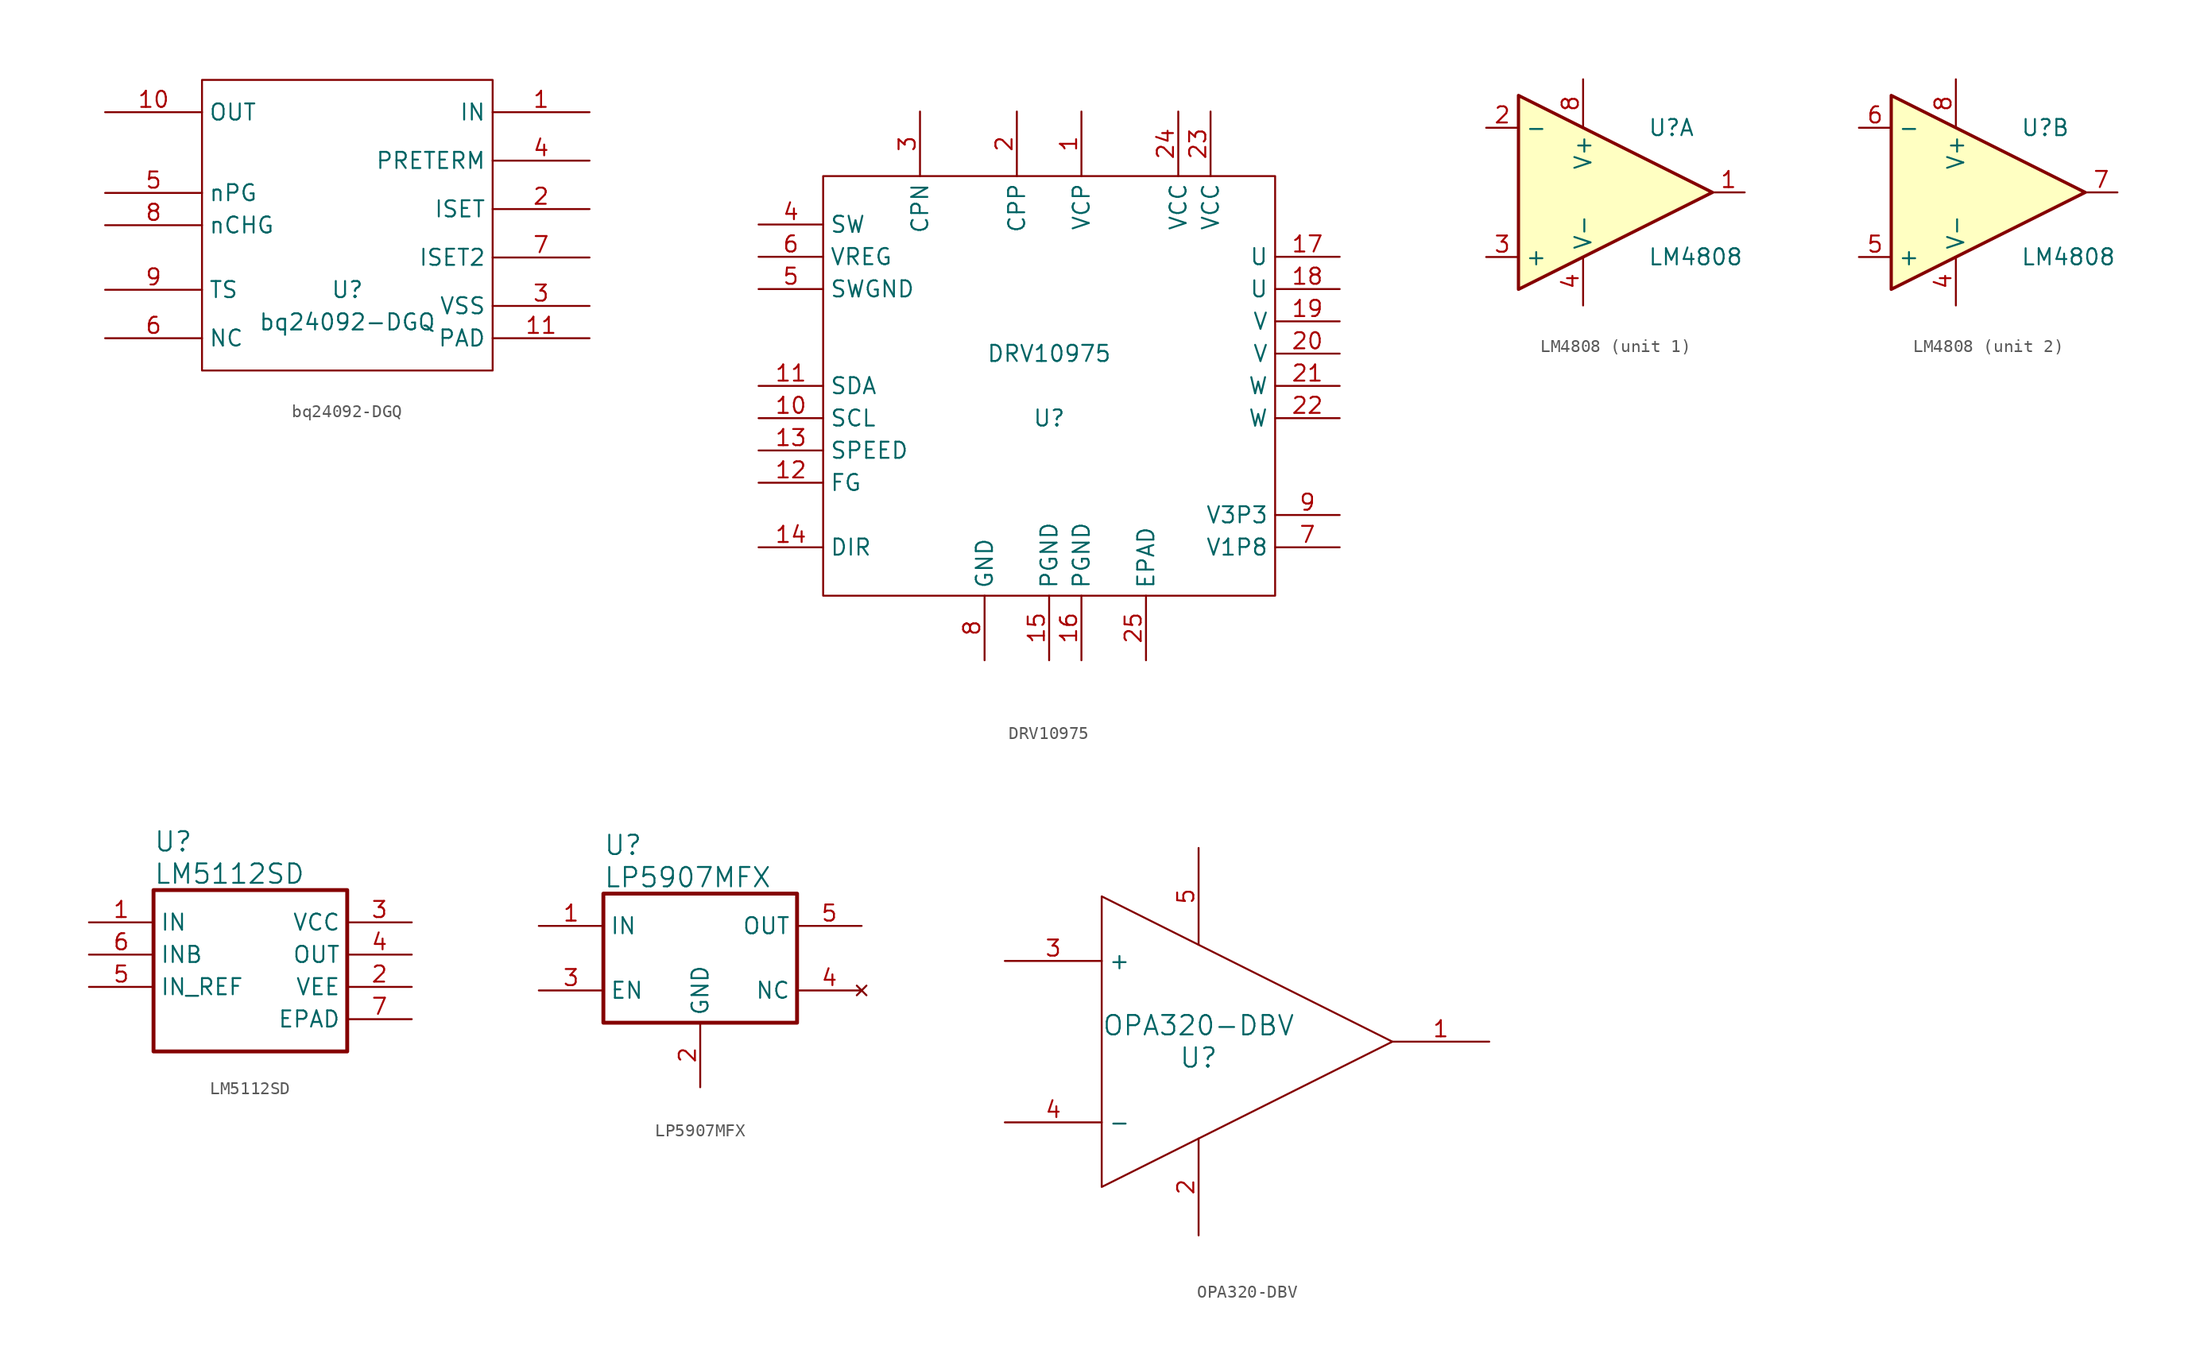
<source format=kicad_sym>
(kicad_symbol_lib
  (version 20200126)
  (host kicad_symbol_editor "(5.99.0-2195-g476558ece)")
  (symbol "ti:bq24092-DGQ"
    (property "Reference" "U"
      (at 0 -5.08 0)
      (effects (font (size 1.27 1.27))))
    (property "Value" "bq24092-DGQ"
      (at 0 -7.62 0)
      (effects (font (size 1.27 1.27))))
    (symbol "bq24092-DGQ_1_0"
      (rectangle (start -11.43 -11.43) (end 11.43 11.43) (stroke (width 0)) (fill (type none))))
    (symbol "bq24092-DGQ_1_1"
      (pin power_in line (at 19.05 8.89 180) (length 7.62) (name "IN" (effects (font (size 1.27 1.27)))) (number "1" (effects (font (size 1.27 1.27)))))
      (pin power_out line (at -19.05 8.89 0) (length 7.62) (name "OUT" (effects (font (size 1.27 1.27)))) (number "10" (effects (font (size 1.27 1.27)))))
      (pin power_in line (at 19.05 -8.89 180) (length 7.62) (name "PAD" (effects (font (size 1.27 1.27)))) (number "11" (effects (font (size 1.27 1.27)))))
      (pin input line (at 19.05 1.27 180) (length 7.62) (name "ISET" (effects (font (size 1.27 1.27)))) (number "2" (effects (font (size 1.27 1.27)))))
      (pin power_in line (at 19.05 -6.35 180) (length 7.62) (name "VSS" (effects (font (size 1.27 1.27)))) (number "3" (effects (font (size 1.27 1.27)))))
      (pin input line (at 19.05 5.08 180) (length 7.62) (name "PRETERM" (effects (font (size 1.27 1.27)))) (number "4" (effects (font (size 1.27 1.27)))))
      (pin output line (at -19.05 2.54 0) (length 7.62) (name "nPG" (effects (font (size 1.27 1.27)))) (number "5" (effects (font (size 1.27 1.27)))))
      (pin unspecified line (at -19.05 -8.89 0) (length 7.62) (name "NC" (effects (font (size 1.27 1.27)))) (number "6" (effects (font (size 1.27 1.27)))))
      (pin input line (at 19.05 -2.54 180) (length 7.62) (name "ISET2" (effects (font (size 1.27 1.27)))) (number "7" (effects (font (size 1.27 1.27)))))
      (pin output line (at -19.05 0 0) (length 7.62) (name "nCHG" (effects (font (size 1.27 1.27)))) (number "8" (effects (font (size 1.27 1.27)))))
      (pin input line (at -19.05 -5.08 0) (length 7.62) (name "TS" (effects (font (size 1.27 1.27)))) (number "9" (effects (font (size 1.27 1.27)))))))
  (symbol "ti:DRV10975"
    (property "Reference" "U"
      (at 0 -2.54 0)
      (effects (font (size 1.27 1.27))))
    (property "Value" "DRV10975"
      (at 0 2.54 0)
      (effects (font (size 1.27 1.27))))
    (symbol "DRV10975_1_0"
      (rectangle (start -17.78 -16.51) (end 17.78 16.51) (stroke (width 0)) (fill (type none))))
    (symbol "DRV10975_1_1"
      (pin power_out line (at 2.54 21.59 270) (length 5.08) (name "VCP" (effects (font (size 1.27 1.27)))) (number "1" (effects (font (size 1.27 1.27)))))
      (pin input line (at -22.86 -2.54 0) (length 5.08) (name "SCL" (effects (font (size 1.27 1.27)))) (number "10" (effects (font (size 1.27 1.27)))))
      (pin bidirectional line (at -22.86 0 0) (length 5.08) (name "SDA" (effects (font (size 1.27 1.27)))) (number "11" (effects (font (size 1.27 1.27)))))
      (pin open_collector line (at -22.86 -7.62 0) (length 5.08) (name "FG" (effects (font (size 1.27 1.27)))) (number "12" (effects (font (size 1.27 1.27)))))
      (pin input line (at -22.86 -5.08 0) (length 5.08) (name "SPEED" (effects (font (size 1.27 1.27)))) (number "13" (effects (font (size 1.27 1.27)))))
      (pin input line (at -22.86 -12.7 0) (length 5.08) (name "DIR" (effects (font (size 1.27 1.27)))) (number "14" (effects (font (size 1.27 1.27)))))
      (pin power_in line (at 0 -21.59 90) (length 5.08) (name "PGND" (effects (font (size 1.27 1.27)))) (number "15" (effects (font (size 1.27 1.27)))))
      (pin power_in line (at 2.54 -21.59 90) (length 5.08) (name "PGND" (effects (font (size 1.27 1.27)))) (number "16" (effects (font (size 1.27 1.27)))))
      (pin output line (at 22.86 10.16 180) (length 5.08) (name "U" (effects (font (size 1.27 1.27)))) (number "17" (effects (font (size 1.27 1.27)))))
      (pin output line (at 22.86 7.62 180) (length 5.08) (name "U" (effects (font (size 1.27 1.27)))) (number "18" (effects (font (size 1.27 1.27)))))
      (pin output line (at 22.86 5.08 180) (length 5.08) (name "V" (effects (font (size 1.27 1.27)))) (number "19" (effects (font (size 1.27 1.27)))))
      (pin passive line (at -2.54 21.59 270) (length 5.08) (name "CPP" (effects (font (size 1.27 1.27)))) (number "2" (effects (font (size 1.27 1.27)))))
      (pin output line (at 22.86 2.54 180) (length 5.08) (name "V" (effects (font (size 1.27 1.27)))) (number "20" (effects (font (size 1.27 1.27)))))
      (pin output line (at 22.86 0 180) (length 5.08) (name "W" (effects (font (size 1.27 1.27)))) (number "21" (effects (font (size 1.27 1.27)))))
      (pin output line (at 22.86 -2.54 180) (length 5.08) (name "W" (effects (font (size 1.27 1.27)))) (number "22" (effects (font (size 1.27 1.27)))))
      (pin power_in line (at 12.7 21.59 270) (length 5.08) (name "VCC" (effects (font (size 1.27 1.27)))) (number "23" (effects (font (size 1.27 1.27)))))
      (pin power_in line (at 10.16 21.59 270) (length 5.08) (name "VCC" (effects (font (size 1.27 1.27)))) (number "24" (effects (font (size 1.27 1.27)))))
      (pin power_in line (at 7.62 -21.59 90) (length 5.08) (name "EPAD" (effects (font (size 1.27 1.27)))) (number "25" (effects (font (size 1.27 1.27)))))
      (pin passive line (at -10.16 21.59 270) (length 5.08) (name "CPN" (effects (font (size 1.27 1.27)))) (number "3" (effects (font (size 1.27 1.27)))))
      (pin power_out line (at -22.86 12.7 0) (length 5.08) (name "SW" (effects (font (size 1.27 1.27)))) (number "4" (effects (font (size 1.27 1.27)))))
      (pin power_in line (at -22.86 7.62 0) (length 5.08) (name "SWGND" (effects (font (size 1.27 1.27)))) (number "5" (effects (font (size 1.27 1.27)))))
      (pin power_out line (at -22.86 10.16 0) (length 5.08) (name "VREG" (effects (font (size 1.27 1.27)))) (number "6" (effects (font (size 1.27 1.27)))))
      (pin power_out line (at 22.86 -12.7 180) (length 5.08) (name "V1P8" (effects (font (size 1.27 1.27)))) (number "7" (effects (font (size 1.27 1.27)))))
      (pin power_in line (at -5.08 -21.59 90) (length 5.08) (name "GND" (effects (font (size 1.27 1.27)))) (number "8" (effects (font (size 1.27 1.27)))))
      (pin power_out line (at 22.86 -10.16 180) (length 5.08) (name "V3P3" (effects (font (size 1.27 1.27)))) (number "9" (effects (font (size 1.27 1.27)))))))
  (symbol "ti:LM4808"
    (pin_names
      (offset 0.508))
    (property "Reference" "U"
      (at 5.08 5.08 0)
      (effects (font (size 1.27 1.27)) (justify left)))
    (property "Value" "LM4808"
      (at 5.08 -5.08 0)
      (effects (font (size 1.27 1.27)) (justify left)))
    (symbol "LM4808_0_1"
      (polyline (pts (xy -5.08 7.62) (xy 10.16 0) (xy -5.08 -7.62) (xy -5.08 7.62)) (stroke (width 0.254)) (fill (type background)))
      (pin power_in line (at 0 -8.89 90) (length 3.81) (name "V-" (effects (font (size 1.27 1.27)))) (number "4" (effects (font (size 1.27 1.27)))))
      (pin power_in line (at 0 8.89 270) (length 3.81) (name "V+" (effects (font (size 1.27 1.27)))) (number "8" (effects (font (size 1.27 1.27))))))
    (symbol "LM4808_1_1"
      (pin output line (at 12.7 0 180) (length 2.54) (name "~" (effects (font (size 1.27 1.27)))) (number "1" (effects (font (size 1.27 1.27)))))
      (pin input line (at -7.62 5.08 0) (length 2.54) (name "-" (effects (font (size 1.27 1.27)))) (number "2" (effects (font (size 1.27 1.27)))))
      (pin input line (at -7.62 -5.08 0) (length 2.54) (name "+" (effects (font (size 1.27 1.27)))) (number "3" (effects (font (size 1.27 1.27))))))
    (symbol "LM4808_2_1"
      (pin input line (at -7.62 -5.08 0) (length 2.54) (name "+" (effects (font (size 1.27 1.27)))) (number "5" (effects (font (size 1.27 1.27)))))
      (pin input line (at -7.62 5.08 0) (length 2.54) (name "-" (effects (font (size 1.27 1.27)))) (number "6" (effects (font (size 1.27 1.27)))))
      (pin output line (at 12.7 0 180) (length 2.54) (name "~" (effects (font (size 1.27 1.27)))) (number "7" (effects (font (size 1.27 1.27)))))))
  (symbol "ti:LM5112SD"
    (property "Reference" "U"
      (at -7.62 8.89 0)
      (effects (font (size 1.524 1.524)) (justify left)))
    (property "Value" "LM5112SD"
      (at -7.62 6.35 0)
      (effects (font (size 1.524 1.524)) (justify left)))
    (property "Footprint" ""
      (at -12.7 2.54 0)
      (effects (font (size 1.524 1.524))))
    (property "Datasheet" ""
      (at -12.7 2.54 0)
      (effects (font (size 1.524 1.524))))
    (property "ki_locked" ""
      (at 0 0 0)
      (effects (font (size 1.27 1.27))))
    (symbol "LM5112SD_1_1"
      (rectangle (start -7.62 5.08) (end 7.62 -7.62) (stroke (width 0.305)) (fill (type none)))
      (pin input line (at -12.7 2.54 0) (length 5.08) (name "IN" (effects (font (size 1.27 1.27)))) (number "1" (effects (font (size 1.27 1.27)))))
      (pin power_in line (at 12.7 -2.54 180) (length 5.08) (name "VEE" (effects (font (size 1.27 1.27)))) (number "2" (effects (font (size 1.27 1.27)))))
      (pin power_in line (at 12.7 2.54 180) (length 5.08) (name "VCC" (effects (font (size 1.27 1.27)))) (number "3" (effects (font (size 1.27 1.27)))))
      (pin output line (at 12.7 0 180) (length 5.08) (name "OUT" (effects (font (size 1.27 1.27)))) (number "4" (effects (font (size 1.27 1.27)))))
      (pin power_in line (at -12.7 -2.54 0) (length 5.08) (name "IN_REF" (effects (font (size 1.27 1.27)))) (number "5" (effects (font (size 1.27 1.27)))))
      (pin input line (at -12.7 0 0) (length 5.08) (name "INB" (effects (font (size 1.27 1.27)))) (number "6" (effects (font (size 1.27 1.27)))))
      (pin power_in line (at 12.7 -5.08 180) (length 5.08) (name "EPAD" (effects (font (size 1.27 1.27)))) (number "7" (effects (font (size 1.27 1.27)))))))
  (symbol "ti:LP5907MFX"
    (property "Reference" "U"
      (at 5.08 6.35 0)
      (effects (font (size 1.524 1.524)) (justify left)))
    (property "Value" "LP5907MFX"
      (at 5.08 3.81 0)
      (effects (font (size 1.524 1.524)) (justify left)))
    (property "Footprint" ""
      (at 0 0 0)
      (effects (font (size 1.524 1.524))))
    (property "Datasheet" ""
      (at 0 0 0)
      (effects (font (size 1.524 1.524))))
    (property "ki_locked" ""
      (at 0 0 0)
      (effects (font (size 1.27 1.27))))
    (symbol "LP5907MFX_1_1"
      (rectangle (start 5.08 2.54) (end 20.32 -7.62) (stroke (width 0.305)) (fill (type none)))
      (pin power_in line (at 0 0 0) (length 5.08) (name "IN" (effects (font (size 1.27 1.27)))) (number "1" (effects (font (size 1.27 1.27)))))
      (pin power_in line (at 12.7 -12.7 90) (length 5.08) (name "GND" (effects (font (size 1.27 1.27)))) (number "2" (effects (font (size 1.27 1.27)))))
      (pin input line (at 0 -5.08 0) (length 5.08) (name "EN" (effects (font (size 1.27 1.27)))) (number "3" (effects (font (size 1.27 1.27)))))
      (pin unconnected line (at 25.4 -5.08 180) (length 5.08) (name "NC" (effects (font (size 1.27 1.27)))) (number "4" (effects (font (size 1.27 1.27)))))
      (pin power_out line (at 25.4 0 180) (length 5.08) (name "OUT" (effects (font (size 1.27 1.27)))) (number "5" (effects (font (size 1.27 1.27)))))))
  (symbol "ti:OPA320-DBV"
    (property "Reference" "U"
      (at 0 -1.27 0)
      (effects (font (size 1.524 1.524))))
    (property "Value" "OPA320-DBV"
      (at 0 1.27 0)
      (effects (font (size 1.524 1.524))))
    (property "Footprint" ""
      (at 0 -1.27 0)
      (effects (font (size 1.524 1.524))))
    (property "Datasheet" ""
      (at 0 -1.27 0)
      (effects (font (size 1.524 1.524))))
    (symbol "OPA320-DBV_0_1"
      (polyline (pts (xy 15.24 0) (xy -7.62 11.43) (xy -7.62 -11.43) (xy 15.24 0)) (stroke (width 0)) (fill (type none))))
    (symbol "OPA320-DBV_1_1"
      (pin output line (at 22.86 0 180) (length 7.62) (name "~" (effects (font (size 1.27 1.27)))) (number "1" (effects (font (size 1.27 1.27)))))
      (pin power_in line (at 0 -15.24 90) (length 7.62) (name "~" (effects (font (size 1.27 1.27)))) (number "2" (effects (font (size 1.27 1.27)))))
      (pin input line (at -15.24 6.35 0) (length 7.62) (name "+" (effects (font (size 1.27 1.27)))) (number "3" (effects (font (size 1.27 1.27)))))
      (pin input line (at -15.24 -6.35 0) (length 7.62) (name "-" (effects (font (size 1.27 1.27)))) (number "4" (effects (font (size 1.27 1.27)))))
      (pin power_in line (at 0 15.24 270) (length 7.62) (name "~" (effects (font (size 1.27 1.27)))) (number "5" (effects (font (size 1.27 1.27))))))))
</source>
